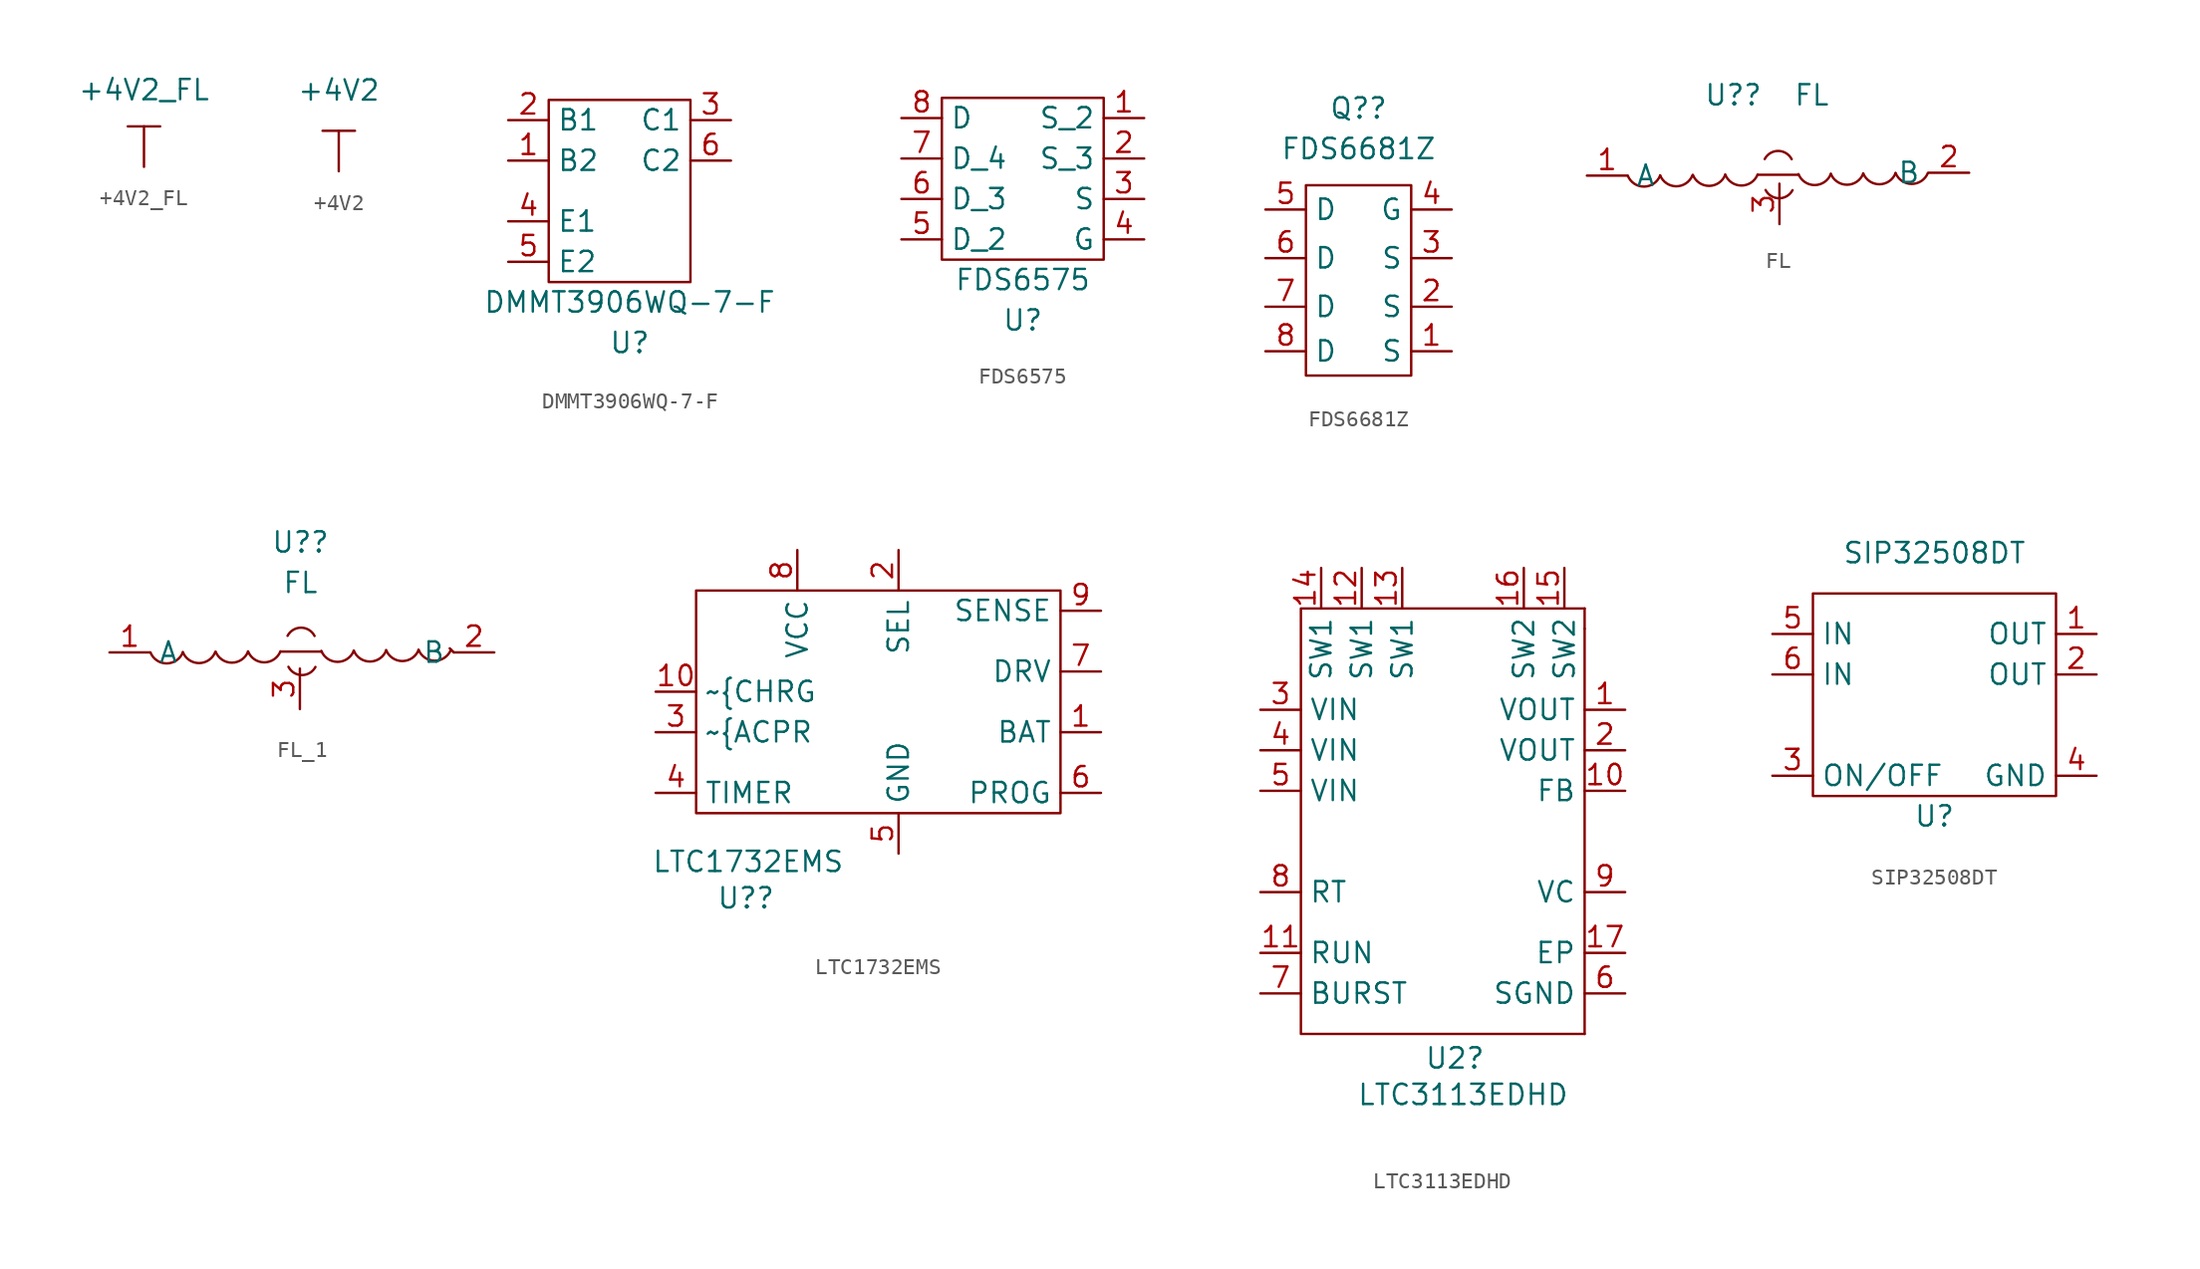
<source format=kicad_sym>
(kicad_symbol_lib
  (version 20211014)
  (generator kicad_symbol_editor)
  (symbol "+4V2_FL"
    (power)
    (pin_names
      (offset 0))
    (property "Reference" "#PWR0151"
      (at -0.254 -3.302 0)
      (effects (font (size 1.27 1.27)) hide))
    (property "Value" "+4V2_FL"
      (at 0 4.826 0)
      (effects (font (size 1.27 1.27))))
    (symbol "+4V2_FL_0_1"
      (polyline (pts (xy -1.016 2.54) (xy 1.016 2.54)) (stroke (width 0) (type default) (color 0 0 0 0)) (fill (type none)))
      (polyline (pts (xy 0 0) (xy 0 2.54)) (stroke (width 0) (type default) (color 0 0 0 0)) (fill (type none))))
    (symbol "+4V2_FL_1_1"
      (pin power_out line (at 0 0 90) (length 0) hide (name "4V2" (effects (font (size 1.27 1.27)))) (number "1" (effects (font (size 1.27 1.27)))))))
  (symbol "+4V2"
    (power)
    (pin_names
      (offset 0))
    (property "Reference" "#PWR0118"
      (at -0.254 -3.302 0)
      (effects (font (size 1.27 1.27)) hide))
    (property "Value" "+4V2"
      (at 0 5.08 0)
      (effects (font (size 1.27 1.27))))
    (symbol "+4V2_0_1"
      (polyline (pts (xy -1.016 2.54) (xy 1.016 2.54)) (stroke (width 0) (type default) (color 0 0 0 0)) (fill (type none)))
      (polyline (pts (xy 0 0) (xy 0 2.54)) (stroke (width 0) (type default) (color 0 0 0 0)) (fill (type none))))
    (symbol "+4V2_1_1"
      (pin power_out line (at 0 0 90) (length 0) hide (name "+4V2" (effects (font (size 1.27 1.27)))) (number "1" (effects (font (size 1.27 1.27)))))))
  (symbol "DMMT3906WQ-7-F"
    (property "Reference" "U"
      (at 0 1.27 0)
      (effects (font (size 1.27 1.27))))
    (property "Value" "DMMT3906WQ-7-F"
      (at 0 3.81 0)
      (effects (font (size 1.27 1.27))))
    (symbol "DMMT3906WQ-7-F_0_1"
      (rectangle (start -5.08 16.51) (end 3.81 5.08) (stroke (width 0) (type default) (color 0 0 0 0)) (fill (type none))))
    (symbol "DMMT3906WQ-7-F_1_1"
      (pin input line (at -7.62 12.7 0) (length 2.54) (name "B2" (effects (font (size 1.27 1.27)))) (number "1" (effects (font (size 1.27 1.27)))))
      (pin input line (at -7.62 15.24 0) (length 2.54) (name "B1" (effects (font (size 1.27 1.27)))) (number "2" (effects (font (size 1.27 1.27)))))
      (pin input line (at 6.35 15.24 180) (length 2.54) (name "C1" (effects (font (size 1.27 1.27)))) (number "3" (effects (font (size 1.27 1.27)))))
      (pin input line (at -7.62 8.89 0) (length 2.54) (name "E1" (effects (font (size 1.27 1.27)))) (number "4" (effects (font (size 1.27 1.27)))))
      (pin input line (at -7.62 6.35 0) (length 2.54) (name "E2" (effects (font (size 1.27 1.27)))) (number "5" (effects (font (size 1.27 1.27)))))
      (pin input line (at 6.35 12.7 180) (length 2.54) (name "C2" (effects (font (size 1.27 1.27)))) (number "6" (effects (font (size 1.27 1.27)))))))
  (symbol "FDS6575"
    (property "Reference" "U"
      (at 5.08 8.89 0)
      (effects (font (size 1.27 1.27))))
    (property "Value" "FDS6575"
      (at 5.08 11.43 0)
      (effects (font (size 1.27 1.27))))
    (symbol "FDS6575_0_1"
      (rectangle (start 0 22.86) (end 10.16 12.7) (stroke (width 0) (type default) (color 0 0 0 0)) (fill (type none))))
    (symbol "FDS6575_1_1"
      (pin input line (at 12.7 21.59 180) (length 2.54) (name "S_2" (effects (font (size 1.27 1.27)))) (number "1" (effects (font (size 1.27 1.27)))))
      (pin input line (at 12.7 19.05 180) (length 2.54) (name "S_3" (effects (font (size 1.27 1.27)))) (number "2" (effects (font (size 1.27 1.27)))))
      (pin input line (at 12.7 16.51 180) (length 2.54) (name "S" (effects (font (size 1.27 1.27)))) (number "3" (effects (font (size 1.27 1.27)))))
      (pin input line (at 12.7 13.97 180) (length 2.54) (name "G" (effects (font (size 1.27 1.27)))) (number "4" (effects (font (size 1.27 1.27)))))
      (pin input line (at -2.54 13.97 0) (length 2.54) (name "D_2" (effects (font (size 1.27 1.27)))) (number "5" (effects (font (size 1.27 1.27)))))
      (pin input line (at -2.54 16.51 0) (length 2.54) (name "D_3" (effects (font (size 1.27 1.27)))) (number "6" (effects (font (size 1.27 1.27)))))
      (pin input line (at -2.54 19.05 0) (length 2.54) (name "D_4" (effects (font (size 1.27 1.27)))) (number "7" (effects (font (size 1.27 1.27)))))
      (pin input line (at -2.54 21.59 0) (length 2.54) (name "D" (effects (font (size 1.27 1.27)))) (number "8" (effects (font (size 1.27 1.27)))))))
  (symbol "FDS6681Z"
    (property "Reference" "Q?"
      (at 0 9.906 0)
      (effects (font (size 1.27 1.27))))
    (property "Value" "FDS6681Z"
      (at 0 7.366 0)
      (effects (font (size 1.27 1.27))))
    (symbol "FDS6681Z_0_1"
      (rectangle (start -3.302 5.08) (end 3.302 -6.858) (stroke (width 0) (type default) (color 0 0 0 0)) (fill (type none))))
    (symbol "FDS6681Z_1_1"
      (pin input line (at 5.842 -5.334 180) (length 2.54) (name "S" (effects (font (size 1.27 1.27)))) (number "1" (effects (font (size 1.27 1.27)))))
      (pin input line (at 5.842 -2.54 180) (length 2.54) (name "S" (effects (font (size 1.27 1.27)))) (number "2" (effects (font (size 1.27 1.27)))))
      (pin input line (at 5.842 0.508 180) (length 2.54) (name "S" (effects (font (size 1.27 1.27)))) (number "3" (effects (font (size 1.27 1.27)))))
      (pin input line (at 5.842 3.556 180) (length 2.54) (name "G" (effects (font (size 1.27 1.27)))) (number "4" (effects (font (size 1.27 1.27)))))
      (pin input line (at -5.842 3.556 0) (length 2.54) (name "D" (effects (font (size 1.27 1.27)))) (number "5" (effects (font (size 1.27 1.27)))))
      (pin input line (at -5.842 0.508 0) (length 2.54) (name "D" (effects (font (size 1.27 1.27)))) (number "6" (effects (font (size 1.27 1.27)))))
      (pin input line (at -5.842 -2.54 0) (length 2.54) (name "D" (effects (font (size 1.27 1.27)))) (number "7" (effects (font (size 1.27 1.27)))))
      (pin input line (at -5.842 -5.334 0) (length 2.54) (name "D" (effects (font (size 1.27 1.27)))) (number "8" (effects (font (size 1.27 1.27)))))))
  (symbol "FL"
    (property "Reference" "U?"
      (at -2.769 5.486 0)
      (effects (font (size 1.27 1.27))))
    (property "Value" "FL"
      (at 2.159 5.486 0)
      (effects (font (size 1.27 1.27))))
    (symbol "FL_0_1"
      (arc (start -9.398 0.4317) (mid -8.382 -1.0624) (end -7.366 0.4317) (stroke (width 0) (type default) (color 0 0 0 0)) (fill (type none)))
      (arc (start -7.366 0.4524) (mid -6.35 -1.0417) (end -5.334 0.4524) (stroke (width 0) (type default) (color 0 0 0 0)) (fill (type none)))
      (arc (start -5.3086 0.4778) (mid -4.2926 -1.0163) (end -3.2766 0.4778) (stroke (width 0) (type default) (color 0 0 0 0)) (fill (type none)))
      (arc (start -3.2766 0.4985) (mid -2.2606 -0.9956) (end -1.2446 0.4985) (stroke (width 0) (type default) (color 0 0 0 0)) (fill (type none)))
      (arc (start -0.7424 -0.4715) (mid 0.0964 -1.8675) (end 0.9504 -0.4808) (stroke (width 0) (type default) (color 0 0 0 0)) (fill (type none)))
      (polyline (pts (xy -1.219 0.483) (xy 1.321 0.483)) (stroke (width 0) (type default) (color 0 0 0 0)) (fill (type none)))
      (arc (start 0.8948 1.4621) (mid 0.056 2.8581) (end -0.798 1.4714) (stroke (width 0) (type default) (color 0 0 0 0)) (fill (type none)))
      (arc (start 1.3208 0.5286) (mid 2.3368 -0.9655) (end 3.3528 0.5286) (stroke (width 0) (type default) (color 0 0 0 0)) (fill (type none)))
      (arc (start 3.3528 0.5493) (mid 4.3688 -0.9448) (end 5.3848 0.5493) (stroke (width 0) (type default) (color 0 0 0 0)) (fill (type none)))
      (arc (start 5.3848 0.5794) (mid 6.4008 -0.9147) (end 7.4168 0.5794) (stroke (width 0) (type default) (color 0 0 0 0)) (fill (type none)))
      (arc (start 7.4168 0.6001) (mid 8.4328 -0.894) (end 9.4488 0.6001) (stroke (width 0) (type default) (color 0 0 0 0)) (fill (type none))))
    (symbol "FL_1_1"
      (pin input line (at -11.963 0.432 0) (length 2.54) (name "A" (effects (font (size 1.27 1.27)))) (number "1" (effects (font (size 1.27 1.27)))))
      (pin input line (at 12.04 0.61 180) (length 2.54) (name "B" (effects (font (size 1.27 1.27)))) (number "2" (effects (font (size 1.27 1.27)))))
      (pin input line (at 0.127 -2.616 90) (length 2.54) (name "" (effects (font (size 1.27 1.27)))) (number "3" (effects (font (size 1.27 1.27)))))))
  (symbol "FL_1"
    (property "Reference" "U?"
      (at 0.038 6.655 0)
      (effects (font (size 1.27 1.27))))
    (property "Value" "FL"
      (at 0.038 4.115 0)
      (effects (font (size 1.27 1.27))))
    (symbol "FL_1_0_1"
      (arc (start -9.3726 -0.2541) (mid -8.3566 -1.7482) (end -7.3406 -0.2541) (stroke (width 0) (type default) (color 0 0 0 0)) (fill (type none)))
      (arc (start -7.3406 -0.2334) (mid -6.3246 -1.7275) (end -5.3086 -0.2334) (stroke (width 0) (type default) (color 0 0 0 0)) (fill (type none)))
      (arc (start -5.2832 -0.208) (mid -4.2672 -1.7021) (end -3.2512 -0.208) (stroke (width 0) (type default) (color 0 0 0 0)) (fill (type none)))
      (arc (start -3.2512 -0.1873) (mid -2.2352 -1.6814) (end -1.2192 -0.1873) (stroke (width 0) (type default) (color 0 0 0 0)) (fill (type none)))
      (arc (start -0.717 -1.1573) (mid 0.1218 -2.5533) (end 0.9758 -1.1666) (stroke (width 0) (type default) (color 0 0 0 0)) (fill (type none)))
      (polyline (pts (xy -1.194 -0.203) (xy 1.346 -0.203)) (stroke (width 0) (type default) (color 0 0 0 0)) (fill (type none)))
      (polyline (pts (xy 9.398 0) (xy 9.652 -0.254)) (stroke (width 0) (type default) (color 0 0 0 0)) (fill (type none)))
      (arc (start 0.9202 0.7763) (mid 0.0814 2.1723) (end -0.7726 0.7856) (stroke (width 0) (type default) (color 0 0 0 0)) (fill (type none)))
      (arc (start 1.3462 -0.1572) (mid 2.3622 -1.6513) (end 3.3782 -0.1572) (stroke (width 0) (type default) (color 0 0 0 0)) (fill (type none)))
      (arc (start 3.3782 -0.1365) (mid 4.3942 -1.6306) (end 5.4102 -0.1365) (stroke (width 0) (type default) (color 0 0 0 0)) (fill (type none)))
      (arc (start 5.4102 -0.1064) (mid 6.4262 -1.6005) (end 7.4422 -0.1064) (stroke (width 0) (type default) (color 0 0 0 0)) (fill (type none)))
      (arc (start 7.4422 -0.0857) (mid 8.4582 -1.5798) (end 9.4742 -0.0857) (stroke (width 0) (type default) (color 0 0 0 0)) (fill (type none))))
    (symbol "FL_1_1_1"
      (pin input line (at -11.938 -0.254 0) (length 2.54) (name "A" (effects (font (size 1.27 1.27)))) (number "1" (effects (font (size 1.27 1.27)))))
      (pin input line (at 12.192 -0.254 180) (length 2.54) (name "B" (effects (font (size 1.27 1.27)))) (number "2" (effects (font (size 1.27 1.27)))))
      (pin input line (at 0 -3.81 90) (length 2.54) (name "" (effects (font (size 1.27 1.27)))) (number "3" (effects (font (size 1.27 1.27)))))))
  (symbol "LTC1732EMS"
    (property "Reference" "U?"
      (at -11.43 -12.954 0)
      (effects (font (size 1.27 1.27)) (justify left)))
    (property "Value" "LTC1732EMS"
      (at -15.494 -10.668 0)
      (effects (font (size 1.27 1.27)) (justify left)))
    (symbol "LTC1732EMS_0_1"
      (rectangle (start -12.7 6.35) (end 10.16 -7.62) (stroke (width 0) (type default) (color 0 0 0 0)) (fill (type none))))
    (symbol "LTC1732EMS_1_1"
      (pin input line (at 12.7 -2.54 180) (length 2.54) (name "BAT" (effects (font (size 1.27 1.27)))) (number "1" (effects (font (size 1.27 1.27)))))
      (pin input line (at -15.24 0 0) (length 2.54) (name "~{CHRG" (effects (font (size 1.27 1.27)))) (number "10" (effects (font (size 1.27 1.27)))))
      (pin input line (at 0 8.89 270) (length 2.54) (name "SEL" (effects (font (size 1.27 1.27)))) (number "2" (effects (font (size 1.27 1.27)))))
      (pin input line (at -15.24 -2.54 0) (length 2.54) (name "~{ACPR" (effects (font (size 1.27 1.27)))) (number "3" (effects (font (size 1.27 1.27)))))
      (pin input line (at -15.24 -6.35 0) (length 2.54) (name "TIMER" (effects (font (size 1.27 1.27)))) (number "4" (effects (font (size 1.27 1.27)))))
      (pin input line (at 0 -10.16 90) (length 2.54) (name "GND" (effects (font (size 1.27 1.27)))) (number "5" (effects (font (size 1.27 1.27)))))
      (pin input line (at 12.7 -6.35 180) (length 2.54) (name "PROG" (effects (font (size 1.27 1.27)))) (number "6" (effects (font (size 1.27 1.27)))))
      (pin input line (at 12.7 1.27 180) (length 2.54) (name "DRV" (effects (font (size 1.27 1.27)))) (number "7" (effects (font (size 1.27 1.27)))))
      (pin input line (at -6.35 8.89 270) (length 2.54) (name "VCC" (effects (font (size 1.27 1.27)))) (number "8" (effects (font (size 1.27 1.27)))))
      (pin input line (at 12.7 5.08 180) (length 2.54) (name "SENSE" (effects (font (size 1.27 1.27)))) (number "9" (effects (font (size 1.27 1.27)))))))
  (symbol "LTC3113EDHD"
    (property "Reference" "U2"
      (at 5.842 -19.304 0)
      (effects (font (size 1.27 1.27))))
    (property "Value" "LTC3113EDHD"
      (at 6.35 -21.59 0)
      (effects (font (size 1.27 1.27))))
    (symbol "LTC3113EDHD_0_1"
      (rectangle (start -2.54 8.89) (end 13.97 8.89) (stroke (width 0) (type default) (color 0 0 0 0)) (fill (type none)))
      (polyline (pts (xy -3.81 -15.24) (xy -3.81 -17.78) (xy 13.97 -17.78)) (stroke (width 0) (type default) (color 0 0 0 0)) (fill (type none)))
      (polyline (pts (xy -3.81 -15.24) (xy -3.81 8.89) (xy -2.54 8.89)) (stroke (width 0) (type default) (color 0 0 0 0)) (fill (type none)))
      (rectangle (start 13.97 7.62) (end 13.97 -17.78) (stroke (width 0) (type default) (color 0 0 0 0)) (fill (type none)))
      (rectangle (start 13.97 7.62) (end 13.97 8.89) (stroke (width 0) (type default) (color 0 0 0 0)) (fill (type none))))
    (symbol "LTC3113EDHD_1_1"
      (pin power_out line (at 16.51 2.54 180) (length 2.54) (name "VOUT" (effects (font (size 1.27 1.27)))) (number "1" (effects (font (size 1.27 1.27)))))
      (pin input line (at 16.51 -2.54 180) (length 2.54) (name "FB" (effects (font (size 1.27 1.27)))) (number "10" (effects (font (size 1.27 1.27)))))
      (pin input line (at -6.35 -12.7 0) (length 2.54) (name "RUN" (effects (font (size 1.27 1.27)))) (number "11" (effects (font (size 1.27 1.27)))))
      (pin input line (at 0 11.43 270) (length 2.54) (name "SW1" (effects (font (size 1.27 1.27)))) (number "12" (effects (font (size 1.27 1.27)))))
      (pin input line (at 2.54 11.43 270) (length 2.54) (name "SW1" (effects (font (size 1.27 1.27)))) (number "13" (effects (font (size 1.27 1.27)))))
      (pin input line (at -2.54 11.43 270) (length 2.54) (name "SW1" (effects (font (size 1.27 1.27)))) (number "14" (effects (font (size 1.27 1.27)))))
      (pin input line (at 12.7 11.43 270) (length 2.54) (name "SW2" (effects (font (size 1.27 1.27)))) (number "15" (effects (font (size 1.27 1.27)))))
      (pin input line (at 10.16 11.43 270) (length 2.54) (name "SW2" (effects (font (size 1.27 1.27)))) (number "16" (effects (font (size 1.27 1.27)))))
      (pin input line (at 16.51 -12.7 180) (length 2.54) (name "EP" (effects (font (size 1.27 1.27)))) (number "17" (effects (font (size 1.27 1.27)))))
      (pin power_out line (at 16.51 0 180) (length 2.54) (name "VOUT" (effects (font (size 1.27 1.27)))) (number "2" (effects (font (size 1.27 1.27)))))
      (pin power_in line (at -6.35 2.54 0) (length 2.54) (name "VIN" (effects (font (size 1.27 1.27)))) (number "3" (effects (font (size 1.27 1.27)))))
      (pin power_in line (at -6.35 0 0) (length 2.54) (name "VIN" (effects (font (size 1.27 1.27)))) (number "4" (effects (font (size 1.27 1.27)))))
      (pin power_in line (at -6.35 -2.54 0) (length 2.54) (name "VIN" (effects (font (size 1.27 1.27)))) (number "5" (effects (font (size 1.27 1.27)))))
      (pin input line (at 16.51 -15.24 180) (length 2.54) (name "SGND" (effects (font (size 1.27 1.27)))) (number "6" (effects (font (size 1.27 1.27)))))
      (pin input line (at -6.35 -15.24 0) (length 2.54) (name "BURST" (effects (font (size 1.27 1.27)))) (number "7" (effects (font (size 1.27 1.27)))))
      (pin input line (at -6.35 -8.89 0) (length 2.54) (name "RT" (effects (font (size 1.27 1.27)))) (number "8" (effects (font (size 1.27 1.27)))))
      (pin input line (at 16.51 -8.89 180) (length 2.54) (name "VC" (effects (font (size 1.27 1.27)))) (number "9" (effects (font (size 1.27 1.27)))))))
  (symbol "SIP32508DT"
    (property "Reference" "U"
      (at 0 -6.35 0)
      (effects (font (size 1.27 1.27))))
    (property "Value" "SIP32508DT"
      (at 0 10.16 0)
      (effects (font (size 1.27 1.27))))
    (symbol "SIP32508DT_0_1"
      (rectangle (start -7.62 7.62) (end 7.62 -5.08) (stroke (width 0) (type default) (color 0 0 0 0)) (fill (type none))))
    (symbol "SIP32508DT_1_1"
      (pin output line (at 10.16 5.08 180) (length 2.54) (name "OUT" (effects (font (size 1.27 1.27)))) (number "1" (effects (font (size 1.27 1.27)))))
      (pin output line (at 10.16 2.54 180) (length 2.54) (name "OUT" (effects (font (size 1.27 1.27)))) (number "2" (effects (font (size 1.27 1.27)))))
      (pin input line (at -10.16 -3.81 0) (length 2.54) (name "ON/OFF" (effects (font (size 1.27 1.27)))) (number "3" (effects (font (size 1.27 1.27)))))
      (pin input line (at 10.16 -3.81 180) (length 2.54) (name "GND" (effects (font (size 1.27 1.27)))) (number "4" (effects (font (size 1.27 1.27)))))
      (pin input line (at -10.16 5.08 0) (length 2.54) (name "IN" (effects (font (size 1.27 1.27)))) (number "5" (effects (font (size 1.27 1.27)))))
      (pin input line (at -10.16 2.54 0) (length 2.54) (name "IN" (effects (font (size 1.27 1.27)))) (number "6" (effects (font (size 1.27 1.27))))))))
</source>
